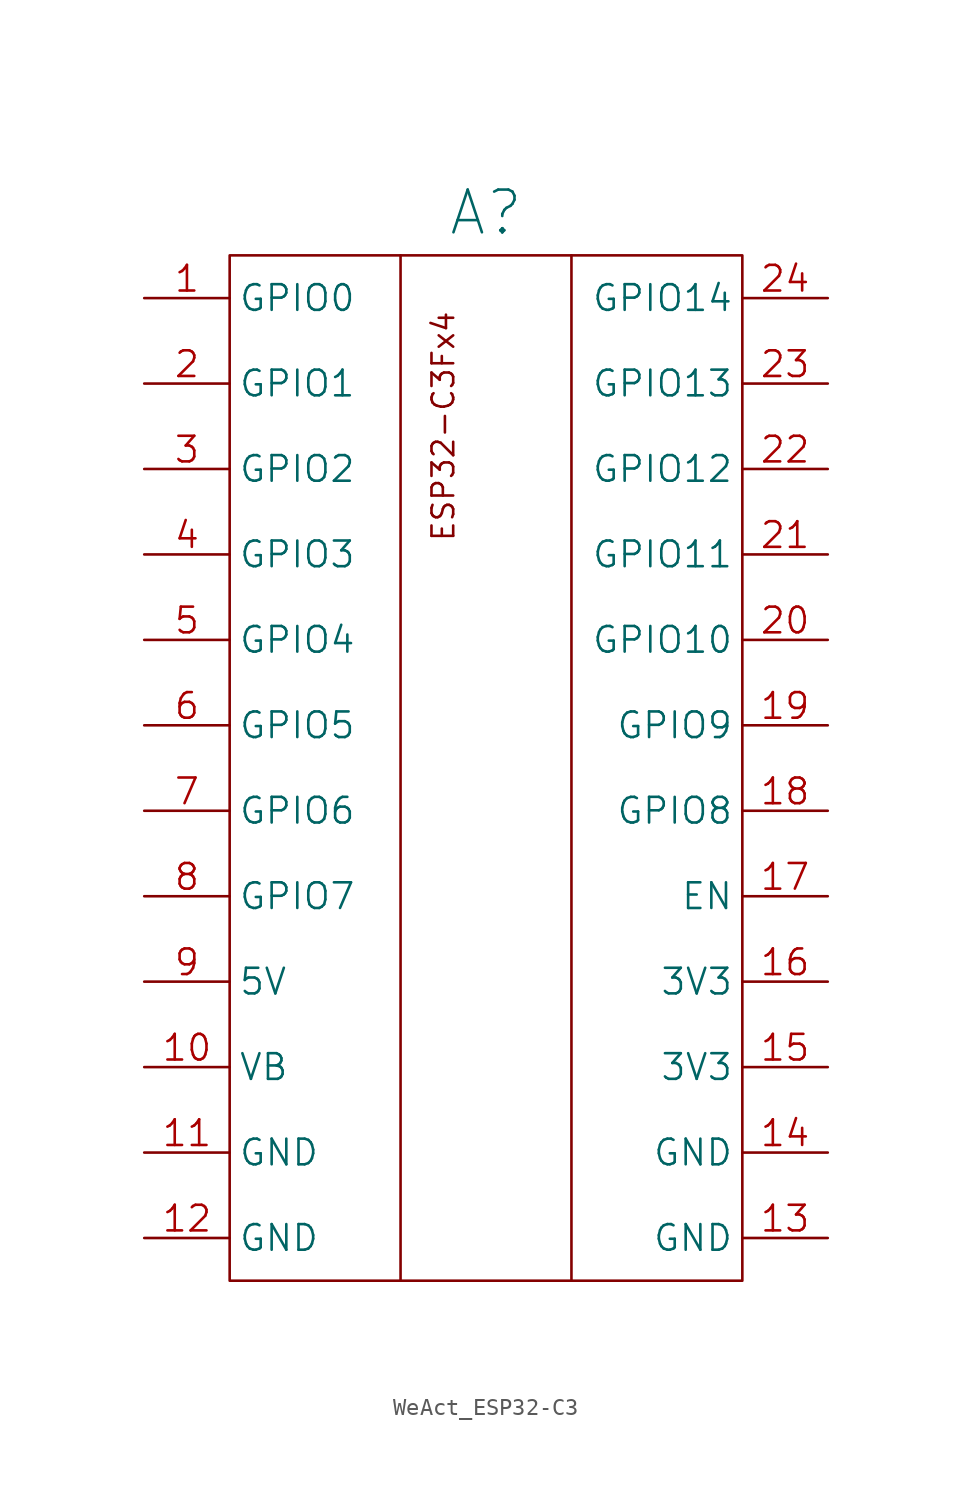
<source format=kicad_sym>
(kicad_symbol_lib
  (version 20231120)
  (generator "kicad_symbol_editor")
  (generator_version "8.0")
  (symbol "WeAct_ESP32-C3"
    (pin_names
      (offset 0.5))
    (property "Reference" "A"
      (at 20 5 0)
      (effects (font (size 2.5 2.5))))
    (symbol "WeAct_ESP32-C3_0_1"
      (polyline (pts (xy 15 2.5) (xy 15 -57.5)) (stroke (width 0) (type default)) (fill (type none)))
      (polyline (pts (xy 25 2.5) (xy 25 -57.5)) (stroke (width 0) (type default)) (fill (type none)))
      (rectangle (start 5 2.5) (end 35 -57.5) (stroke (width 0) (type default)) (fill (type none))))
    (symbol "WeAct_ESP32-C3_1_1"
      (text "ESP32-C3Fx4" (at 17.5 -7.5 900) (effects (font (size 1.27 1.27))))
      (pin tri_state line (at 0 0 0) (length 5) (name "GPIO0" (effects (font (size 1.5 1.5)))) (number "1" (effects (font (size 1.5 1.5)))))
      (pin power_in line (at 0 -45 0) (length 5) (name "VB" (effects (font (size 1.5 1.5)))) (number "10" (effects (font (size 1.5 1.5)))))
      (pin power_in line (at 0 -50 0) (length 5) (name "GND" (effects (font (size 1.5 1.5)))) (number "11" (effects (font (size 1.5 1.5)))))
      (pin power_in line (at 0 -55 0) (length 5) (name "GND" (effects (font (size 1.5 1.5)))) (number "12" (effects (font (size 1.5 1.5)))))
      (pin power_in line (at 40 -55 180) (length 5) (name "GND" (effects (font (size 1.5 1.5)))) (number "13" (effects (font (size 1.5 1.5)))))
      (pin power_in line (at 40 -50 180) (length 5) (name "GND" (effects (font (size 1.5 1.5)))) (number "14" (effects (font (size 1.5 1.5)))))
      (pin power_out line (at 40 -45 180) (length 5) (name "3V3" (effects (font (size 1.5 1.5)))) (number "15" (effects (font (size 1.5 1.5)))))
      (pin power_out line (at 40 -40 180) (length 5) (name "3V3" (effects (font (size 1.5 1.5)))) (number "16" (effects (font (size 1.5 1.5)))))
      (pin input line (at 40 -35 180) (length 5) (name "EN" (effects (font (size 1.5 1.5)))) (number "17" (effects (font (size 1.5 1.5)))))
      (pin tri_state line (at 40 -30 180) (length 5) (name "GPIO8" (effects (font (size 1.5 1.5)))) (number "18" (effects (font (size 1.5 1.5)))))
      (pin tri_state line (at 40 -25 180) (length 5) (name "GPIO9" (effects (font (size 1.5 1.5)))) (number "19" (effects (font (size 1.5 1.5)))))
      (pin tri_state line (at 0 -5 0) (length 5) (name "GPIO1" (effects (font (size 1.5 1.5)))) (number "2" (effects (font (size 1.5 1.5)))))
      (pin tri_state line (at 40 -20 180) (length 5) (name "GPIO10" (effects (font (size 1.5 1.5)))) (number "20" (effects (font (size 1.5 1.5)))))
      (pin tri_state line (at 40 -15 180) (length 5) (name "GPIO11" (effects (font (size 1.5 1.5)))) (number "21" (effects (font (size 1.5 1.5)))))
      (pin tri_state line (at 40 -10 180) (length 5) (name "GPIO12" (effects (font (size 1.5 1.5)))) (number "22" (effects (font (size 1.5 1.5)))))
      (pin tri_state line (at 40 -5 180) (length 5) (name "GPIO13" (effects (font (size 1.5 1.5)))) (number "23" (effects (font (size 1.5 1.5)))))
      (pin tri_state line (at 40 0 180) (length 5) (name "GPIO14" (effects (font (size 1.5 1.5)))) (number "24" (effects (font (size 1.5 1.5)))))
      (pin tri_state line (at 0 -10 0) (length 5) (name "GPIO2" (effects (font (size 1.5 1.5)))) (number "3" (effects (font (size 1.5 1.5)))))
      (pin tri_state line (at 0 -15 0) (length 5) (name "GPIO3" (effects (font (size 1.5 1.5)))) (number "4" (effects (font (size 1.5 1.5)))))
      (pin tri_state line (at 0 -20 0) (length 5) (name "GPIO4" (effects (font (size 1.5 1.5)))) (number "5" (effects (font (size 1.5 1.5)))))
      (pin tri_state line (at 0 -25 0) (length 5) (name "GPIO5" (effects (font (size 1.5 1.5)))) (number "6" (effects (font (size 1.5 1.5)))))
      (pin tri_state line (at 0 -30 0) (length 5) (name "GPIO6" (effects (font (size 1.5 1.5)))) (number "7" (effects (font (size 1.5 1.5)))))
      (pin tri_state line (at 0 -35 0) (length 5) (name "GPIO7" (effects (font (size 1.5 1.5)))) (number "8" (effects (font (size 1.5 1.5)))))
      (pin power_in line (at 0 -40 0) (length 5) (name "5V" (effects (font (size 1.5 1.5)))) (number "9" (effects (font (size 1.5 1.5))))))))
</source>
